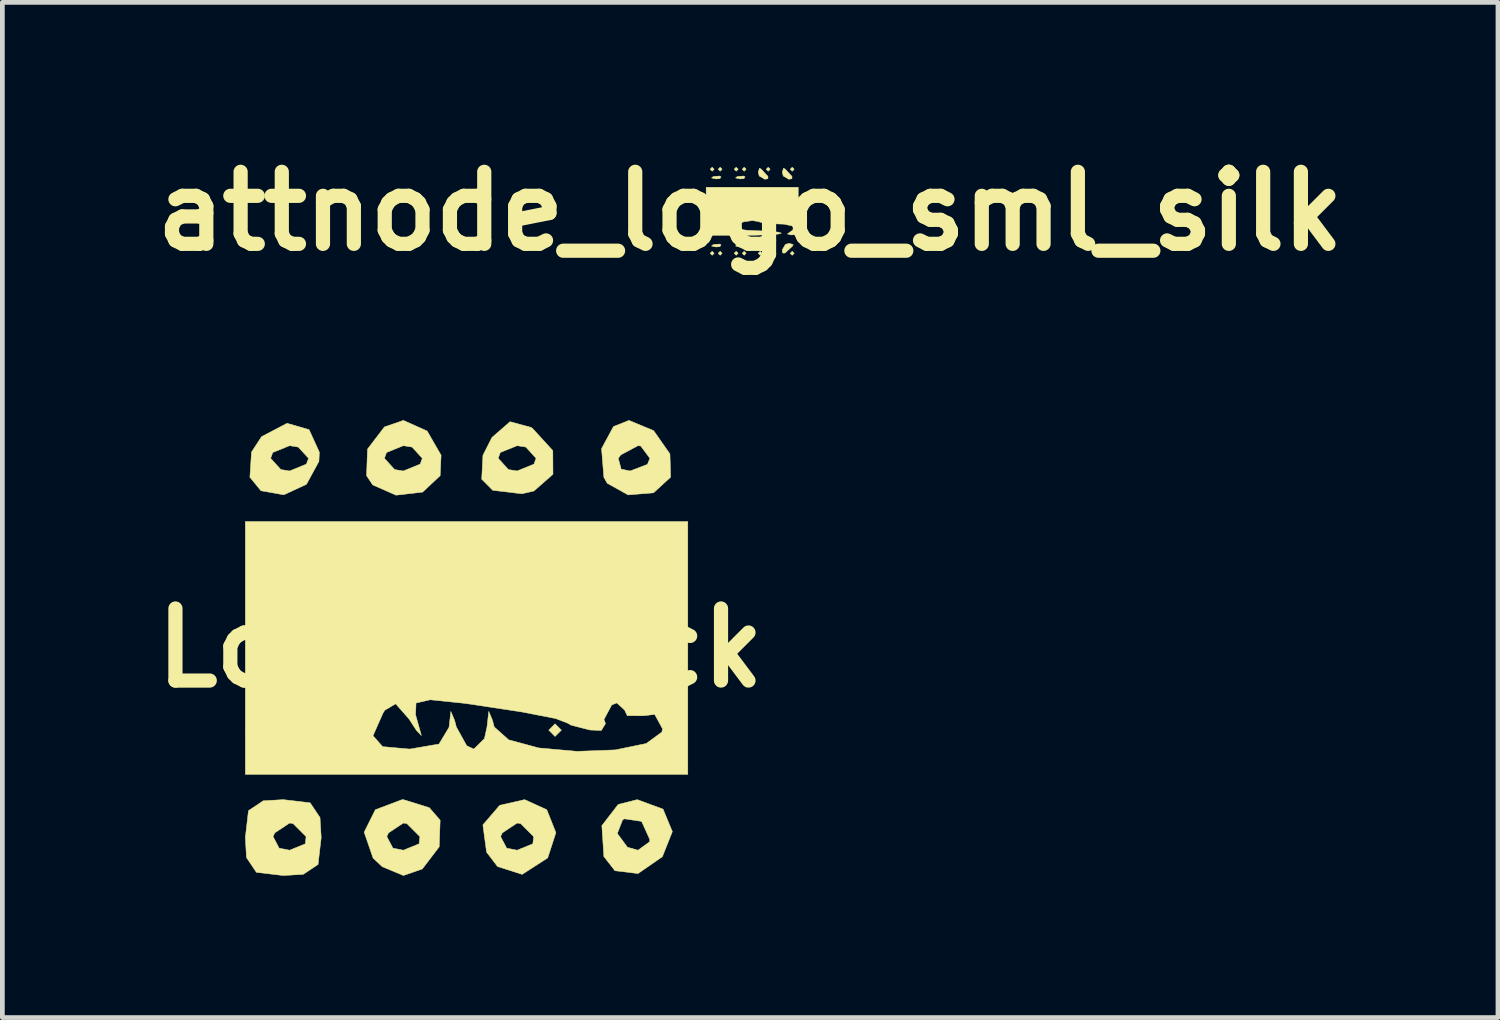
<source format=kicad_pcb>
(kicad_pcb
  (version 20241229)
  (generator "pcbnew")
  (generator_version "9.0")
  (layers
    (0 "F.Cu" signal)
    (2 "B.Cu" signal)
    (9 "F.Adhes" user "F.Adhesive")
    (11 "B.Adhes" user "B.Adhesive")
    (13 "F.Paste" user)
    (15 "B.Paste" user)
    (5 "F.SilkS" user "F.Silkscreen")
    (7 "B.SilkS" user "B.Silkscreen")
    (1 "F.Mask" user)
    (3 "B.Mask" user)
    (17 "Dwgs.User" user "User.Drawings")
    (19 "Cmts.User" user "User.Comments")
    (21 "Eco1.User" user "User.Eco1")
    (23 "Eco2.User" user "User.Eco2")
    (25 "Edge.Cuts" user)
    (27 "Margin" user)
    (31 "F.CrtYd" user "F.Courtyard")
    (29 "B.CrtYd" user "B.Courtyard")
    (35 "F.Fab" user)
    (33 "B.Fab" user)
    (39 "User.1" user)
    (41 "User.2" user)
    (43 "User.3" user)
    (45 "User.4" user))
  (footprint "attnode_logo_sml_silk"
    (layer "F.Cu")
    (at 12.816 1.418)
    (property "Reference" "attnode_logo_sml_silk" (at 0 0 0) (layer "F.SilkS") (effects (font (size 1.524 1.524) (thickness 0.3))))
    (attr through_hole)
    (fp_poly (pts (xy -0.762 -0.889) (xy -0.804 -0.847) (xy -0.847 -0.889) (xy -0.804 -0.931) (xy -0.762 -0.889)) (stroke (width 0.01) (type solid)) (fill yes) (layer "F.SilkS"))
    (fp_poly (pts (xy -0.762 0.889) (xy -0.804 0.931) (xy -0.847 0.889) (xy -0.804 0.847) (xy -0.762 0.889)) (stroke (width 0.01) (type solid)) (fill yes) (layer "F.SilkS"))
    (fp_poly (pts (xy -0.593 -0.889) (xy -0.635 -0.847) (xy -0.677 -0.889) (xy -0.635 -0.931) (xy -0.593 -0.889)) (stroke (width 0.01) (type solid)) (fill yes) (layer "F.SilkS"))
    (fp_poly (pts (xy -0.593 0.889) (xy -0.635 0.931) (xy -0.677 0.889) (xy -0.635 0.847) (xy -0.593 0.889)) (stroke (width 0.01) (type solid)) (fill yes) (layer "F.SilkS"))
    (fp_poly (pts (xy -0.254 -0.889) (xy -0.296 -0.847) (xy -0.339 -0.889) (xy -0.296 -0.931) (xy -0.254 -0.889)) (stroke (width 0.01) (type solid)) (fill yes) (layer "F.SilkS"))
    (fp_poly (pts (xy -0.254 0.889) (xy -0.296 0.931) (xy -0.339 0.889) (xy -0.296 0.847) (xy -0.254 0.889)) (stroke (width 0.01) (type solid)) (fill yes) (layer "F.SilkS"))
    (fp_poly (pts (xy -0.085 -0.889) (xy -0.127 -0.847) (xy -0.169 -0.889) (xy -0.127 -0.931) (xy -0.085 -0.889)) (stroke (width 0.01) (type solid)) (fill yes) (layer "F.SilkS"))
    (fp_poly (pts (xy -0.085 0.889) (xy -0.127 0.931) (xy -0.169 0.889) (xy -0.127 0.847) (xy -0.085 0.889)) (stroke (width 0.01) (type solid)) (fill yes) (layer "F.SilkS"))
    (fp_poly (pts (xy 0.254 0.889) (xy 0.212 0.931) (xy 0.169 0.889) (xy 0.212 0.847) (xy 0.254 0.889)) (stroke (width 0.01) (type solid)) (fill yes) (layer "F.SilkS"))
    (fp_poly (pts (xy 0.423 -0.889) (xy 0.381 -0.847) (xy 0.339 -0.889) (xy 0.381 -0.931) (xy 0.423 -0.889)) (stroke (width 0.01) (type solid)) (fill yes) (layer "F.SilkS"))
    (fp_poly (pts (xy 0.423 0.889) (xy 0.381 0.931) (xy 0.339 0.889) (xy 0.381 0.847) (xy 0.423 0.889)) (stroke (width 0.01) (type solid)) (fill yes) (layer "F.SilkS"))
    (fp_poly (pts (xy 0.931 -0.889) (xy 0.889 -0.847) (xy 0.847 -0.889) (xy 0.889 -0.931) (xy 0.931 -0.889)) (stroke (width 0.01) (type solid)) (fill yes) (layer "F.SilkS"))
    (fp_poly (pts (xy 0.931 0.889) (xy 0.889 0.931) (xy 0.847 0.889) (xy 0.889 0.847) (xy 0.931 0.889)) (stroke (width 0.01) (type solid)) (fill yes) (layer "F.SilkS"))
    (fp_poly (pts (xy -0.616 -0.728) (xy -0.641 -0.69) (xy -0.727 -0.684) (xy -0.817 -0.705) (xy -0.778 -0.735) (xy -0.646 -0.745) (xy -0.616 -0.728)) (stroke (width 0.01) (type solid)) (fill yes) (layer "F.SilkS"))
    (fp_poly (pts (xy -0.616 0.711) (xy -0.641 0.749) (xy -0.727 0.755) (xy -0.817 0.735) (xy -0.778 0.704) (xy -0.646 0.694) (xy -0.616 0.711)) (stroke (width 0.01) (type solid)) (fill yes) (layer "F.SilkS"))
    (fp_poly (pts (xy -0.108 -0.728) (xy -0.133 -0.69) (xy -0.219 -0.684) (xy -0.309 -0.705) (xy -0.27 -0.735) (xy -0.138 -0.745) (xy -0.108 -0.728)) (stroke (width 0.01) (type solid)) (fill yes) (layer "F.SilkS"))
    (fp_poly (pts (xy -0.108 0.711) (xy -0.133 0.749) (xy -0.219 0.755) (xy -0.309 0.735) (xy -0.27 0.704) (xy -0.138 0.694) (xy -0.108 0.711)) (stroke (width 0.01) (type solid)) (fill yes) (layer "F.SilkS"))
    (fp_poly (pts (xy 0.4 0.711) (xy 0.375 0.749) (xy 0.289 0.755) (xy 0.199 0.735) (xy 0.238 0.704) (xy 0.37 0.694) (xy 0.4 0.711)) (stroke (width 0.01) (type solid)) (fill yes) (layer "F.SilkS"))
    (fp_poly (pts (xy 0.235 -0.889) (xy 0.356 -0.757) (xy 0.375 -0.741) (xy 0.376 -0.688) (xy 0.31 -0.677) (xy 0.192 -0.746) (xy 0.171 -0.826) (xy 0.198 -0.912) (xy 0.235 -0.889)) (stroke (width 0.01) (type solid)) (fill yes) (layer "F.SilkS"))
    (fp_poly (pts (xy 0.743 -0.889) (xy 0.864 -0.757) (xy 0.883 -0.741) (xy 0.884 -0.688) (xy 0.818 -0.677) (xy 0.7 -0.746) (xy 0.679 -0.826) (xy 0.706 -0.912) (xy 0.743 -0.889)) (stroke (width 0.01) (type solid)) (fill yes) (layer "F.SilkS"))
    (fp_poly (pts (xy 0.912 0.706) (xy 0.889 0.743) (xy 0.757 0.864) (xy 0.741 0.883) (xy 0.688 0.884) (xy 0.677 0.818) (xy 0.746 0.7) (xy 0.826 0.679) (xy 0.912 0.706)) (stroke (width 0.01) (type solid)) (fill yes) (layer "F.SilkS"))
    (fp_poly (pts (xy 1.016 0) (xy 1.009 0.286) (xy 0.98 0.44) (xy 0.918 0.497) (xy 0.868 0.501) (xy 0.788 0.48) (xy 0.826 0.452) (xy 0.932 0.376) (xy 0.89 0.311) (xy 0.719 0.273) (xy 0.601 0.269) (xy 0.365 0.259) (xy 0.2 0.228) (xy 0.181 0.219) (xy 0.046 0.197) (xy -0.136 0.223) (xy -0.289 0.281) (xy -0.339 0.339) (xy -0.262 0.376) (xy -0.064 0.403) (xy 0.138 0.412) (xy 0.406 0.422) (xy 0.599 0.443) (xy 0.66 0.463) (xy 0.602 0.482) (xy 0.408 0.497) (xy 0.112 0.506) (xy -0.113 0.508) (xy -0.931 0.508) (xy -0.931 -0.508) (xy 1.016 -0.508) (xy 1.016 0)) (stroke (width 0.01) (type solid)) (fill yes) (layer "F.SilkS")))
  (footprint "Logo_druck"
    (layer "F.Cu")
    (at 6.684 10.654)
    (property "Reference" "Logo_druck" (at 0 0 0) (layer "F.SilkS") (effects (font (size 1.524 1.524) (thickness 0.3))))
    (attr through_hole)
    (fp_poly (pts (xy 2.139 1.738) (xy 2.005 1.872) (xy 1.872 1.738) (xy 2.005 1.604) (xy 2.139 1.738)) (stroke (width 0.01) (type solid)) (fill yes) (layer "F.SilkS"))
    (fp_poly (pts (xy 4.289 3.409) (xy 4.486 3.884) (xy 4.275 4.415) (xy 3.76 4.771) (xy 3.272 4.712) (xy 3.038 4.412) (xy 3.006 3.924) (xy 3.322 3.924) (xy 3.536 4.214) (xy 3.759 4.278) (xy 4.006 4.099) (xy 4.011 4.055) (xy 3.836 3.668) (xy 3.474 3.614) (xy 3.434 3.635) (xy 3.322 3.924) (xy 3.006 3.924) (xy 2.995 3.758) (xy 3.341 3.31) (xy 3.743 3.208) (xy 4.289 3.409)) (stroke (width 0.01) (type solid)) (fill yes) (layer "F.SilkS"))
    (fp_poly (pts (xy -3.197 -4.617) (xy -2.98 -4.14) (xy -2.989 -3.945) (xy -3.252 -3.462) (xy -3.731 -3.239) (xy -4.214 -3.324) (xy -4.449 -3.611) (xy -4.423 -4.011) (xy -4.011 -4.011) (xy -3.794 -3.773) (xy -3.609 -3.743) (xy -3.254 -3.888) (xy -3.208 -4.011) (xy -3.425 -4.248) (xy -3.609 -4.278) (xy -3.965 -4.134) (xy -4.011 -4.011) (xy -4.423 -4.011) (xy -4.415 -4.142) (xy -4.202 -4.469) (xy -3.663 -4.752) (xy -3.197 -4.617)) (stroke (width 0.01) (type solid)) (fill yes) (layer "F.SilkS"))
    (fp_poly (pts (xy -0.699 -4.587) (xy -0.405 -4.076) (xy -0.425 -3.643) (xy -0.796 -3.296) (xy -1.358 -3.231) (xy -1.851 -3.448) (xy -1.981 -3.643) (xy -1.968 -4.011) (xy -1.604 -4.011) (xy -1.388 -3.773) (xy -1.203 -3.743) (xy -0.847 -3.888) (xy -0.802 -4.011) (xy -1.019 -4.248) (xy -1.203 -4.278) (xy -1.559 -4.134) (xy -1.604 -4.011) (xy -1.968 -4.011) (xy -1.961 -4.206) (xy -1.604 -4.674) (xy -1.203 -4.813) (xy -0.699 -4.587)) (stroke (width 0.01) (type solid)) (fill yes) (layer "F.SilkS"))
    (fp_poly (pts (xy 1.83 3.421) (xy 2.023 3.906) (xy 1.851 4.437) (xy 1.843 4.445) (xy 1.309 4.789) (xy 0.789 4.623) (xy 0.557 4.319) (xy 0.512 3.99) (xy 0.853 3.99) (xy 0.982 4.234) (xy 1.203 4.278) (xy 1.536 4.142) (xy 1.553 3.99) (xy 1.277 3.714) (xy 1.203 3.703) (xy 0.89 3.911) (xy 0.853 3.99) (xy 0.512 3.99) (xy 0.479 3.742) (xy 0.835 3.328) (xy 1.362 3.208) (xy 1.83 3.421)) (stroke (width 0.01) (type solid)) (fill yes) (layer "F.SilkS"))
    (fp_poly (pts (xy 4.09 -4.596) (xy 4.435 -4.103) (xy 4.45 -3.613) (xy 4.088 -3.281) (xy 3.55 -3.237) (xy 3.109 -3.483) (xy 3.038 -3.609) (xy 3.005 -4.011) (xy 3.342 -4.011) (xy 3.403 -3.782) (xy 3.594 -3.743) (xy 3.96 -3.883) (xy 4.011 -4.011) (xy 3.819 -4.27) (xy 3.759 -4.278) (xy 3.397 -4.084) (xy 3.342 -4.011) (xy 3.005 -4.011) (xy 2.989 -4.216) (xy 3.241 -4.683) (xy 3.568 -4.813) (xy 4.09 -4.596)) (stroke (width 0.01) (type solid)) (fill yes) (layer "F.SilkS"))
    (fp_poly (pts (xy -0.655 3.378) (xy -0.425 3.643) (xy -0.445 4.206) (xy -0.802 4.674) (xy -1.203 4.813) (xy -1.65 4.626) (xy -1.843 4.445) (xy -2 3.99) (xy -1.553 3.99) (xy -1.424 4.234) (xy -1.203 4.278) (xy -0.87 4.142) (xy -0.853 3.99) (xy -1.129 3.714) (xy -1.203 3.703) (xy -1.517 3.911) (xy -1.553 3.99) (xy -2 3.99) (xy -2.032 3.897) (xy -1.796 3.422) (xy -1.233 3.209) (xy -1.203 3.208) (xy -0.655 3.378)) (stroke (width 0.01) (type solid)) (fill yes) (layer "F.SilkS"))
    (fp_poly (pts (xy 1.497 -4.665) (xy 1.522 -4.65) (xy 1.958 -4.174) (xy 1.961 -3.673) (xy 1.559 -3.32) (xy 1.304 -3.261) (xy 0.688 -3.334) (xy 0.454 -3.569) (xy 0.477 -4.011) (xy 0.802 -4.011) (xy 1.019 -3.773) (xy 1.203 -3.743) (xy 1.559 -3.888) (xy 1.604 -4.011) (xy 1.388 -4.248) (xy 1.203 -4.278) (xy 0.847 -4.134) (xy 0.802 -4.011) (xy 0.477 -4.011) (xy 0.48 -4.075) (xy 0.671 -4.452) (xy 1.053 -4.785) (xy 1.497 -4.665)) (stroke (width 0.01) (type solid)) (fill yes) (layer "F.SilkS"))
    (fp_poly (pts (xy -3.175 3.275) (xy -2.966 3.587) (xy -2.941 4.011) (xy -3.007 4.579) (xy -3.32 4.788) (xy -3.743 4.813) (xy -4.311 4.746) (xy -4.521 4.434) (xy -4.545 4.011) (xy -4.543 3.99) (xy -3.959 3.99) (xy -3.83 4.234) (xy -3.609 4.278) (xy -3.277 4.142) (xy -3.26 3.99) (xy -3.536 3.714) (xy -3.609 3.703) (xy -3.923 3.911) (xy -3.959 3.99) (xy -4.543 3.99) (xy -4.479 3.442) (xy -4.167 3.233) (xy -3.743 3.208) (xy -3.175 3.275)) (stroke (width 0.01) (type solid)) (fill yes) (layer "F.SilkS"))
    (fp_poly (pts (xy 4.813 2.674) (xy -4.545 2.674) (xy -4.545 1.857) (xy -1.845 1.857) (xy -1.641 2.087) (xy -1.069 2.139) (xy -0.449 2.032) (xy -0.237 1.679) (xy -0.236 1.671) (xy -0.199 1.342) (xy -0.12 1.531) (xy -0.083 1.671) (xy 0.137 2.068) (xy 0.287 2.139) (xy 0.512 1.917) (xy 0.566 1.671) (xy 0.603 1.342) (xy 0.682 1.531) (xy 0.719 1.671) (xy 1.024 1.943) (xy 1.662 2.115) (xy 2.468 2.187) (xy 3.28 2.156) (xy 3.934 2.021) (xy 4.265 1.779) (xy 4.278 1.709) (xy 4.113 1.406) (xy 3.877 1.434) (xy 3.533 1.432) (xy 3.476 1.313) (xy 3.311 1.162) (xy 3.204 1.206) (xy 3.04 1.512) (xy 3.072 1.599) (xy 2.983 1.746) (xy 2.742 1.735) (xy 2.345 1.633) (xy 2.273 1.591) (xy 2.018 1.493) (xy 1.299 1.353) (xy 0.183 1.184) (xy 0.064 1.168) (xy -0.638 1.096) (xy -0.935 1.165) (xy -0.945 1.416) (xy -0.918 1.509) (xy -0.822 1.852) (xy -0.927 1.743) (xy -1.081 1.505) (xy -1.366 1.181) (xy -1.595 1.317) (xy -1.631 1.372) (xy -1.845 1.857) (xy -4.545 1.857) (xy -4.545 -2.674) (xy 4.813 -2.674) (xy 4.813 2.674)) (stroke (width 0.01) (type solid)) (fill yes) (layer "F.SilkS")))
  (gr_rect
    (start -3 -3)
    (end 28.632 18.471)
    (stroke (width 0.1) (type default))
    (fill no)
    (layer "Edge.Cuts")))
</source>
